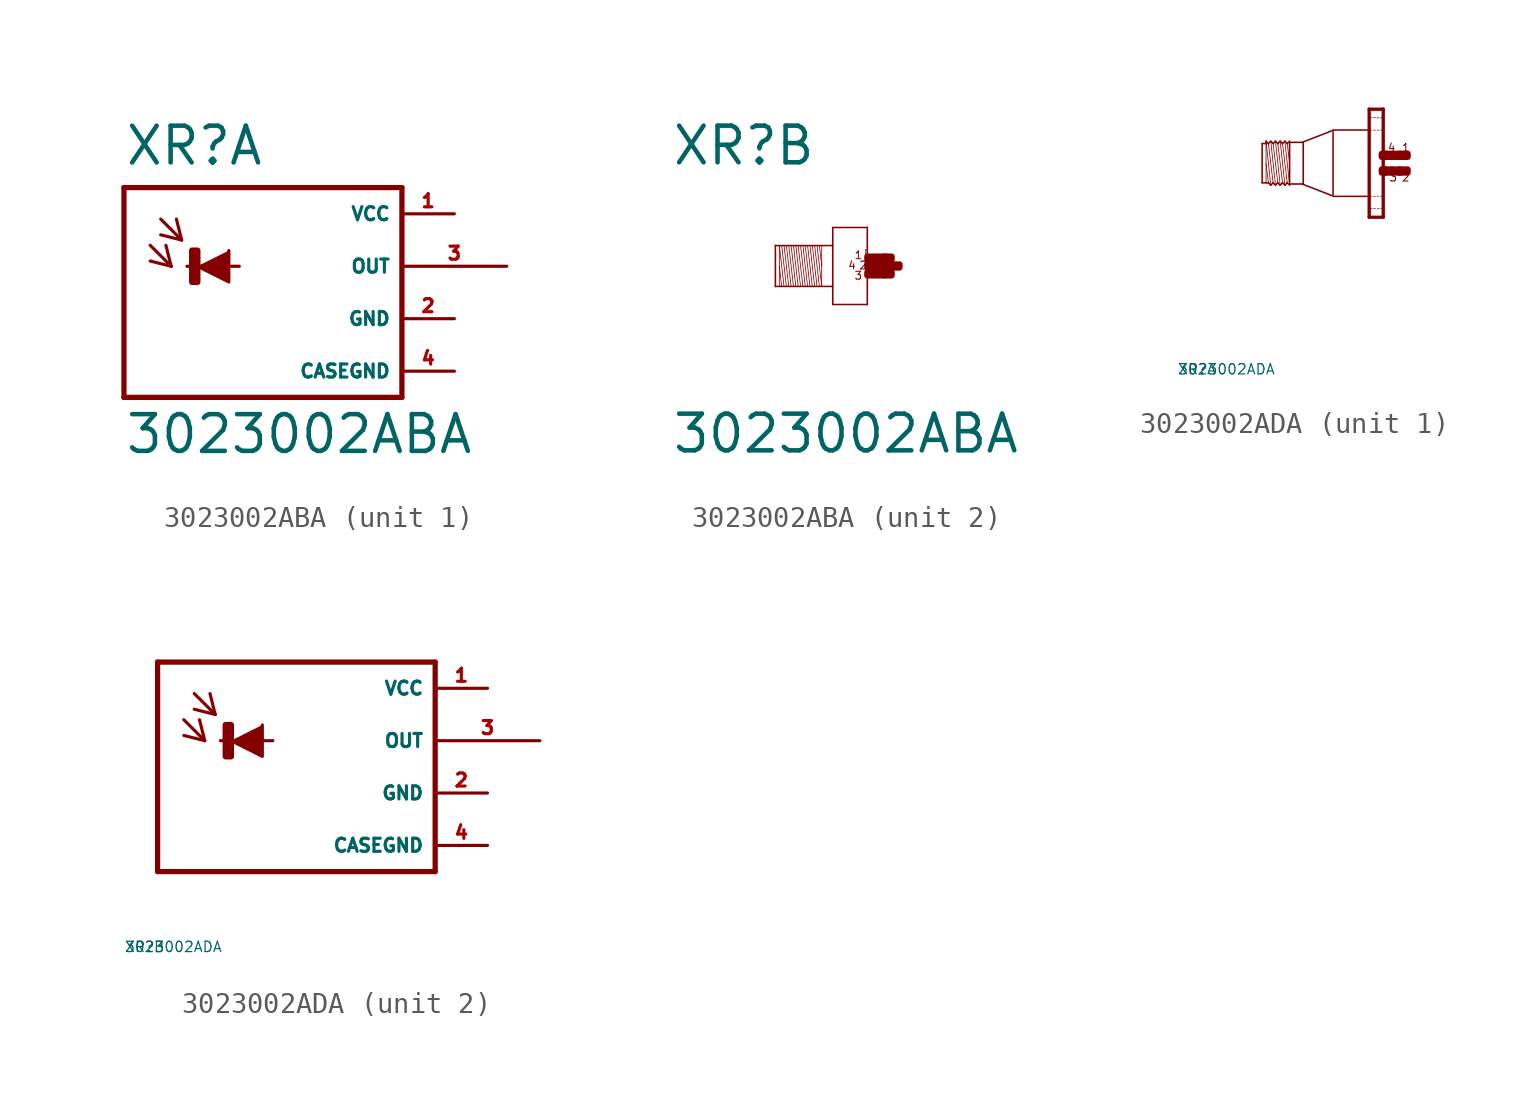
<source format=kicad_sym>
(kicad_symbol_lib
  (version 20220914)
  (generator Eagle2Kicad)
  (symbol "3023002ABA"
    (property "Reference" "XR"
      (at -8.382 4.801 0)
      (effects (font (size 1.778 1.778) (thickness 0.22)) (justify left bottom)))
    (property "Value" "3023002ABA"
      (at -8.382 -9.169 0)
      (effects (font (size 1.778 1.778) (thickness 0.22)) (justify left bottom)))
    (symbol "3023002ABA_1_0"
      (polyline (pts (xy -4.826 0) (xy -3.302 -0.762) (xy -3.302 0.762)) (stroke (width 0.152) (type default)) (fill (type outline)))
      (polyline (pts (xy -7.112 1.016) (xy -6.096 0)) (stroke (width 0.152) (type default)) (fill (type none)))
      (polyline (pts (xy -6.096 0) (xy -6.35 1.016)) (stroke (width 0.152) (type default)) (fill (type none)))
      (polyline (pts (xy -6.096 0) (xy -7.112 0.254)) (stroke (width 0.152) (type default)) (fill (type none)))
      (polyline (pts (xy -6.604 2.286) (xy -5.588 1.27)) (stroke (width 0.152) (type default)) (fill (type none)))
      (polyline (pts (xy -5.588 1.27) (xy -5.842 2.286)) (stroke (width 0.152) (type default)) (fill (type none)))
      (polyline (pts (xy -5.588 1.27) (xy -6.604 1.524)) (stroke (width 0.152) (type default)) (fill (type none)))
      (polyline (pts (xy 5.08 3.81) (xy 5.08 -6.35)) (stroke (width 0.254) (type default)) (fill (type none)))
      (polyline (pts (xy 5.08 -6.35) (xy -8.382 -6.35)) (stroke (width 0.254) (type default)) (fill (type none)))
      (polyline (pts (xy -8.382 -6.35) (xy -8.382 3.81)) (stroke (width 0.254) (type default)) (fill (type none)))
      (polyline (pts (xy -8.382 3.81) (xy 5.08 3.81)) (stroke (width 0.254) (type default)) (fill (type none)))
      (polyline (pts (xy -5.334 0) (xy -2.794 0)) (stroke (width 0.152) (type default)) (fill (type none)))
      (rectangle (start -5.08 -0.762) (end -4.826 0.762) (stroke (width 0.3) (type default)) (fill (type outline)))
      (pin unspecified line (at 7.62 2.54 180) (length 2.54) (name "VCC" (effects (font (size 0.635 0.635) (thickness 0.08)) (justify left bottom))) (number "1" (effects (font (size 0.635 0.635) (thickness 0.08)) (justify left bottom))))
      (pin unspecified line (at 7.62 -2.54 180) (length 2.54) (name "GND" (effects (font (size 0.635 0.635) (thickness 0.08)) (justify left bottom))) (number "2" (effects (font (size 0.635 0.635) (thickness 0.08)) (justify left bottom))))
      (pin output line (at 10.16 0 180) (length 5.08) (name "OUT" (effects (font (size 0.635 0.635) (thickness 0.08)) (justify left bottom))) (number "3" (effects (font (size 0.635 0.635) (thickness 0.08)) (justify left bottom))))
      (pin unspecified line (at 7.62 -5.08 180) (length 2.54) (name "CASEGND" (effects (font (size 0.635 0.635) (thickness 0.08)) (justify left bottom))) (number "4" (effects (font (size 0.635 0.635) (thickness 0.08)) (justify left bottom)))))
    (symbol "3023002ABA_2_0"
      (polyline (pts (xy -1.067 0.953) (xy -1.067 0)) (stroke (width 0.038) (type default)) (fill (type none)))
      (polyline (pts (xy -1.067 0) (xy -1.067 -0.991)) (stroke (width 0.038) (type default)) (fill (type none)))
      (polyline (pts (xy -1.067 -0.991) (xy -1.295 0.991)) (stroke (width 0.038) (type default)) (fill (type none)))
      (polyline (pts (xy -1.181 0.991) (xy -1.067 0)) (stroke (width 0.038) (type default)) (fill (type none)))
      (polyline (pts (xy -1.181 -0.991) (xy -1.41 0.991)) (stroke (width 0.038) (type default)) (fill (type none)))
      (polyline (pts (xy -1.295 -0.991) (xy -1.524 0.991)) (stroke (width 0.038) (type default)) (fill (type none)))
      (polyline (pts (xy -1.41 -0.991) (xy -1.638 0.991)) (stroke (width 0.038) (type default)) (fill (type none)))
      (polyline (pts (xy -1.524 -0.991) (xy -1.753 0.991)) (stroke (width 0.038) (type default)) (fill (type none)))
      (polyline (pts (xy -1.638 -0.991) (xy -1.867 0.991)) (stroke (width 0.038) (type default)) (fill (type none)))
      (polyline (pts (xy -1.753 -0.991) (xy -1.981 0.991)) (stroke (width 0.038) (type default)) (fill (type none)))
      (polyline (pts (xy -1.867 -0.991) (xy -2.095 0.991)) (stroke (width 0.038) (type default)) (fill (type none)))
      (polyline (pts (xy -1.981 -0.991) (xy -2.21 0.991)) (stroke (width 0.038) (type default)) (fill (type none)))
      (polyline (pts (xy -2.095 -0.991) (xy -2.324 0.991)) (stroke (width 0.038) (type default)) (fill (type none)))
      (polyline (pts (xy -2.21 -0.991) (xy -2.438 0.991)) (stroke (width 0.038) (type default)) (fill (type none)))
      (polyline (pts (xy -2.324 -0.991) (xy -2.553 0.991)) (stroke (width 0.038) (type default)) (fill (type none)))
      (polyline (pts (xy -2.438 -0.991) (xy -2.667 0.991)) (stroke (width 0.038) (type default)) (fill (type none)))
      (polyline (pts (xy -2.553 -0.991) (xy -2.781 0.991)) (stroke (width 0.038) (type default)) (fill (type none)))
      (polyline (pts (xy -2.667 -0.991) (xy -2.896 0.991)) (stroke (width 0.038) (type default)) (fill (type none)))
      (polyline (pts (xy -2.781 -0.991) (xy -3.01 0.991)) (stroke (width 0.038) (type default)) (fill (type none)))
      (polyline (pts (xy -2.896 -0.991) (xy -3.124 0.991)) (stroke (width 0.038) (type default)) (fill (type none)))
      (polyline (pts (xy -3.124 0) (xy -3.01 -0.991)) (stroke (width 0.038) (type default)) (fill (type none)))
      (polyline (pts (xy -3.124 0.953) (xy -3.124 -0.953)) (stroke (width 0.038) (type default)) (fill (type none)))
      (polyline (pts (xy -3.315 -0.991) (xy -3.315 0.991)) (stroke (width 0.076) (type default)) (fill (type none)))
      (polyline (pts (xy -3.315 0.991) (xy -0.533 0.991)) (stroke (width 0.076) (type default)) (fill (type none)))
      (polyline (pts (xy -0.533 -0.991) (xy -3.315 -0.991)) (stroke (width 0.076) (type default)) (fill (type none)))
      (polyline (pts (xy -0.533 1.867) (xy -0.533 -1.867)) (stroke (width 0.076) (type default)) (fill (type none)))
      (polyline (pts (xy -0.533 -1.867) (xy 1.143 -1.867)) (stroke (width 0.076) (type default)) (fill (type none)))
      (polyline (pts (xy 1.143 -1.867) (xy 1.143 1.867)) (stroke (width 0.076) (type default)) (fill (type none)))
      (polyline (pts (xy 1.143 1.867) (xy -0.533 1.867)) (stroke (width 0.076) (type default)) (fill (type none)))
      (polyline (pts (xy 1.067 0.8) (xy 1.105 0.8)) (stroke (width 0.038) (type default)) (fill (type none)))
      (polyline (pts (xy 1.105 0.495) (xy 1.067 0.495)) (stroke (width 0.038) (type default)) (fill (type none)))
      (polyline (pts (xy 1.067 0.495) (xy 1.067 0.8)) (stroke (width 0.038) (type default)) (fill (type none)))
      (text "1" (at 0.495 0.305 0) (effects (font (size 0.381 0.381) (thickness 0.05)) (justify left bottom)))
      (text "2" (at 0.724 -0.191 0) (effects (font (size 0.381 0.381) (thickness 0.05)) (justify left bottom)))
      (text "3" (at 0.495 -0.686 0) (effects (font (size 0.381 0.381) (thickness 0.05)) (justify left bottom)))
      (text "4" (at 0.191 -0.191 0) (effects (font (size 0.381 0.381) (thickness 0.05)) (justify left bottom)))
      (rectangle (start 1.143 -0.076) (end 1.638 0.076) (stroke (width 0.3) (type default)) (fill (type outline)))
      (rectangle (start 1.143 0.305) (end 2.019 0.457) (stroke (width 0.3) (type default)) (fill (type outline)))
      (rectangle (start 1.143 -0.457) (end 2.019 -0.305) (stroke (width 0.3) (type default)) (fill (type outline)))
      (rectangle (start 1.981 -0.457) (end 2.324 -0.305) (stroke (width 0.3) (type default)) (fill (type outline)))
      (rectangle (start 1.6 -0.076) (end 1.943 0.076) (stroke (width 0.3) (type default)) (fill (type outline)))
      (rectangle (start 1.981 0.305) (end 2.324 0.457) (stroke (width 0.3) (type default)) (fill (type outline)))
      (rectangle (start 1.905 -0.076) (end 2.705 0.076) (stroke (width 0.3) (type default)) (fill (type outline)))))
  (symbol "3023002ADA"
    (property "Reference" "XR"
      (at -10 -10 0)
      (effects (font (size 0.5 0.5) (thickness 0.06)) (justify left)))
    (property "Value" "3023002ADA"
      (at -10 -10 0)
      (effects (font (size 0.5 0.5) (thickness 0.06)) (justify left)))
    (symbol "3023002ADA_1_0"
      (polyline (pts (xy -4.548 -1.067) (xy -4.777 1.067)) (stroke (width 0.038) (type default)) (fill (type none)))
      (polyline (pts (xy -4.662 0.953) (xy -4.548 0)) (stroke (width 0.038) (type default)) (fill (type none)))
      (polyline (pts (xy -4.662 -0.953) (xy -4.891 0.953)) (stroke (width 0.038) (type default)) (fill (type none)))
      (polyline (pts (xy -4.777 -1.067) (xy -5.005 1.067)) (stroke (width 0.038) (type default)) (fill (type none)))
      (polyline (pts (xy -4.891 -0.953) (xy -5.12 0.953)) (stroke (width 0.038) (type default)) (fill (type none)))
      (polyline (pts (xy -5.005 -1.067) (xy -5.234 1.067)) (stroke (width 0.038) (type default)) (fill (type none)))
      (polyline (pts (xy -5.12 -0.953) (xy -5.348 0.953)) (stroke (width 0.038) (type default)) (fill (type none)))
      (polyline (pts (xy -5.234 -1.067) (xy -5.462 1.067)) (stroke (width 0.038) (type default)) (fill (type none)))
      (polyline (pts (xy -5.348 -0.953) (xy -5.577 0.953)) (stroke (width 0.038) (type default)) (fill (type none)))
      (polyline (pts (xy -5.462 -1.067) (xy -5.691 1.067)) (stroke (width 0.038) (type default)) (fill (type none)))
      (polyline (pts (xy -5.691 0) (xy -5.577 -0.953)) (stroke (width 0.038) (type default)) (fill (type none)))
      (polyline (pts (xy -5.691 1.029) (xy -5.691 0.953)) (stroke (width 0.038) (type default)) (fill (type none)))
      (polyline (pts (xy -5.691 0.953) (xy -5.691 -0.953)) (stroke (width 0.038) (type default)) (fill (type none)))
      (polyline (pts (xy -5.881 -0.953) (xy -5.881 0.953)) (stroke (width 0.076) (type default)) (fill (type none)))
      (polyline (pts (xy -5.881 0.953) (xy -5.691 0.953)) (stroke (width 0.076) (type default)) (fill (type none)))
      (polyline (pts (xy -5.691 0.953) (xy -5.691 1.067)) (stroke (width 0.076) (type default)) (fill (type none)))
      (polyline (pts (xy -5.691 1.067) (xy -5.577 0.953)) (stroke (width 0.076) (type default)) (fill (type none)))
      (polyline (pts (xy -5.577 0.953) (xy -5.462 1.067)) (stroke (width 0.076) (type default)) (fill (type none)))
      (polyline (pts (xy -5.462 1.067) (xy -5.348 0.953)) (stroke (width 0.076) (type default)) (fill (type none)))
      (polyline (pts (xy -5.348 0.953) (xy -5.234 1.067)) (stroke (width 0.076) (type default)) (fill (type none)))
      (polyline (pts (xy -5.234 1.067) (xy -5.12 0.953)) (stroke (width 0.076) (type default)) (fill (type none)))
      (polyline (pts (xy -5.12 0.953) (xy -5.005 1.067)) (stroke (width 0.076) (type default)) (fill (type none)))
      (polyline (pts (xy -4.777 1.067) (xy -4.662 0.953)) (stroke (width 0.076) (type default)) (fill (type none)))
      (polyline (pts (xy -4.662 0.953) (xy -4.548 1.067)) (stroke (width 0.076) (type default)) (fill (type none)))
      (polyline (pts (xy -4.548 -1.067) (xy -4.662 -0.953)) (stroke (width 0.076) (type default)) (fill (type none)))
      (polyline (pts (xy -4.662 -0.953) (xy -4.777 -1.067)) (stroke (width 0.076) (type default)) (fill (type none)))
      (polyline (pts (xy -4.777 -1.067) (xy -4.891 -0.953)) (stroke (width 0.076) (type default)) (fill (type none)))
      (polyline (pts (xy -4.891 -0.953) (xy -5.005 -1.067)) (stroke (width 0.076) (type default)) (fill (type none)))
      (polyline (pts (xy -5.005 -1.067) (xy -5.12 -0.953)) (stroke (width 0.076) (type default)) (fill (type none)))
      (polyline (pts (xy -5.12 -0.953) (xy -5.234 -1.067)) (stroke (width 0.076) (type default)) (fill (type none)))
      (polyline (pts (xy -5.234 -1.067) (xy -5.348 -0.953)) (stroke (width 0.076) (type default)) (fill (type none)))
      (polyline (pts (xy -5.348 -0.953) (xy -5.462 -1.067)) (stroke (width 0.076) (type default)) (fill (type none)))
      (polyline (pts (xy -5.462 -1.067) (xy -5.577 -0.953)) (stroke (width 0.076) (type default)) (fill (type none)))
      (polyline (pts (xy -5.577 -0.953) (xy -5.691 -0.953)) (stroke (width 0.076) (type default)) (fill (type none)))
      (polyline (pts (xy -5.691 -0.953) (xy -5.881 -0.953)) (stroke (width 0.076) (type default)) (fill (type none)))
      (polyline (pts (xy -4.548 1.029) (xy -4.548 1.01)) (stroke (width 0.076) (type default)) (fill (type none)))
      (polyline (pts (xy -4.548 1.01) (xy -4.548 -1.01)) (stroke (width 0.076) (type default)) (fill (type none)))
      (polyline (pts (xy -4.548 -1.01) (xy -4.548 -1.029)) (stroke (width 0.076) (type default)) (fill (type none)))
      (polyline (pts (xy -0.038 2.594) (xy -0.038 -2.594)) (stroke (width 0.076) (type default)) (fill (type none)))
      (polyline (pts (xy -0.038 -2.594) (xy -0.655 -2.594)) (stroke (width 0.076) (type default)) (fill (type none)))
      (polyline (pts (xy -0.655 -2.594) (xy -0.655 2.594)) (stroke (width 0.076) (type default)) (fill (type none)))
      (polyline (pts (xy -0.655 2.594) (xy -0.038 2.594)) (stroke (width 0.076) (type default)) (fill (type none)))
      (polyline (pts (xy -0.699 1.61) (xy -2.4 1.61)) (stroke (width 0.076) (type default)) (fill (type none)))
      (polyline (pts (xy -2.4 1.61) (xy -3.938 1.012)) (stroke (width 0.076) (type default)) (fill (type none)))
      (polyline (pts (xy -0.669 -1.61) (xy -2.4 -1.61)) (stroke (width 0.076) (type default)) (fill (type none)))
      (polyline (pts (xy -2.4 -1.61) (xy -3.938 -1.012)) (stroke (width 0.076) (type default)) (fill (type none)))
      (polyline (pts (xy -3.938 -1.01) (xy -4.548 -1.01)) (stroke (width 0.076) (type default)) (fill (type none)))
      (polyline (pts (xy -4.548 1.01) (xy -3.938 1.01)) (stroke (width 0.076) (type default)) (fill (type none)))
      (polyline (pts (xy -4.777 1.067) (xy -4.891 0.953)) (stroke (width 0.076) (type default)) (fill (type none)))
      (polyline (pts (xy -4.891 0.953) (xy -5.005 1.067)) (stroke (width 0.076) (type default)) (fill (type none)))
      (polyline (pts (xy 0 -2.625) (xy -0.69 -2.625)) (stroke (width 0) (type default)) (fill (type none)))
      (polyline (pts (xy 0 -2.625) (xy 0 2.625)) (stroke (width 0) (type default)) (fill (type none)))
      (polyline (pts (xy 0 2.625) (xy -0.69 2.625)) (stroke (width 0) (type default)) (fill (type none)))
      (polyline (pts (xy -0.69 2.625) (xy -0.69 -2.625)) (stroke (width 0) (type default)) (fill (type none)))
      (polyline (pts (xy -0.039 -1.605) (xy -0.135 -1.605)) (stroke (width 0.038) (type default)) (fill (type none)))
      (polyline (pts (xy -0.225 -1.605) (xy -0.3 -1.605)) (stroke (width 0.038) (type default)) (fill (type none)))
      (polyline (pts (xy -0.39 -1.605) (xy -0.465 -1.605)) (stroke (width 0.038) (type default)) (fill (type none)))
      (polyline (pts (xy -0.555 -1.605) (xy -0.633 -1.605)) (stroke (width 0.038) (type default)) (fill (type none)))
      (polyline (pts (xy -0.039 -2.205) (xy -0.12 -2.205)) (stroke (width 0.038) (type default)) (fill (type none)))
      (polyline (pts (xy -0.21 -2.205) (xy -0.285 -2.205)) (stroke (width 0.038) (type default)) (fill (type none)))
      (polyline (pts (xy -0.39 -2.205) (xy -0.465 -2.205)) (stroke (width 0.038) (type default)) (fill (type none)))
      (polyline (pts (xy -0.555 -2.205) (xy -0.633 -2.205)) (stroke (width 0.038) (type default)) (fill (type none)))
      (polyline (pts (xy -0.039 2.205) (xy -0.135 2.205)) (stroke (width 0.038) (type default)) (fill (type none)))
      (polyline (pts (xy -0.225 2.205) (xy -0.3 2.205)) (stroke (width 0.038) (type default)) (fill (type none)))
      (polyline (pts (xy -0.39 2.205) (xy -0.465 2.205)) (stroke (width 0.038) (type default)) (fill (type none)))
      (polyline (pts (xy -0.555 2.205) (xy -0.633 2.205)) (stroke (width 0.038) (type default)) (fill (type none)))
      (polyline (pts (xy -0.039 1.605) (xy -0.12 1.605)) (stroke (width 0.038) (type default)) (fill (type none)))
      (polyline (pts (xy -0.21 1.605) (xy -0.285 1.605)) (stroke (width 0.038) (type default)) (fill (type none)))
      (polyline (pts (xy -0.39 1.605) (xy -0.465 1.605)) (stroke (width 0.038) (type default)) (fill (type none)))
      (polyline (pts (xy -0.555 1.605) (xy -0.633 1.605)) (stroke (width 0.038) (type default)) (fill (type none)))
      (polyline (pts (xy -3.886 0.991) (xy -3.886 -0.991)) (stroke (width 0.076) (type default)) (fill (type none)))
      (polyline (pts (xy -2.438 1.524) (xy -2.438 -1.524)) (stroke (width 0.076) (type default)) (fill (type none)))
      (text "1" (at 0.876 0.533 0) (effects (font (size 0.381 0.381) (thickness 0.05)) (justify left bottom)))
      (text "3" (at 0.267 -0.914 0) (effects (font (size 0.381 0.381) (thickness 0.05)) (justify left bottom)))
      (text "2" (at 0.876 -0.914 0) (effects (font (size 0.381 0.381) (thickness 0.05)) (justify left bottom)))
      (text "4" (at 0.191 0.533 0) (effects (font (size 0.381 0.381) (thickness 0.05)) (justify left bottom)))
      (rectangle (start 0.838 -0.457) (end 1.181 -0.305) (stroke (width 0.3) (type default)) (fill (type outline)))
      (rectangle (start 0.419 -0.457) (end 0.762 -0.305) (stroke (width 0.3) (type default)) (fill (type outline)))
      (rectangle (start 0.076 -0.457) (end 0.419 -0.305) (stroke (width 0.3) (type default)) (fill (type outline)))
      (rectangle (start -0.076 -0.457) (end 0.152 -0.305) (stroke (width 0.3) (type default)) (fill (type outline)))
      (rectangle (start 0.762 -0.457) (end 0.838 -0.305) (stroke (width 0.3) (type default)) (fill (type outline)))
      (rectangle (start 0.838 0.305) (end 1.181 0.457) (stroke (width 0.3) (type default)) (fill (type outline)))
      (rectangle (start 0.762 0.305) (end 0.838 0.457) (stroke (width 0.3) (type default)) (fill (type outline)))
      (rectangle (start 0.419 0.305) (end 0.762 0.457) (stroke (width 0.3) (type default)) (fill (type outline)))
      (rectangle (start 0.076 0.305) (end 0.419 0.457) (stroke (width 0.3) (type default)) (fill (type outline)))
      (rectangle (start -0.076 0.305) (end 0.152 0.457) (stroke (width 0.3) (type default)) (fill (type outline))))
    (symbol "3023002ADA_2_0"
      (polyline (pts (xy -4.826 0) (xy -3.302 -0.762) (xy -3.302 0.762)) (stroke (width 0.152) (type default)) (fill (type outline)))
      (polyline (pts (xy -7.112 1.016) (xy -6.096 0)) (stroke (width 0.152) (type default)) (fill (type none)))
      (polyline (pts (xy -6.096 0) (xy -6.35 1.016)) (stroke (width 0.152) (type default)) (fill (type none)))
      (polyline (pts (xy -6.096 0) (xy -7.112 0.254)) (stroke (width 0.152) (type default)) (fill (type none)))
      (polyline (pts (xy -6.604 2.286) (xy -5.588 1.27)) (stroke (width 0.152) (type default)) (fill (type none)))
      (polyline (pts (xy -5.588 1.27) (xy -5.842 2.286)) (stroke (width 0.152) (type default)) (fill (type none)))
      (polyline (pts (xy -5.588 1.27) (xy -6.604 1.524)) (stroke (width 0.152) (type default)) (fill (type none)))
      (polyline (pts (xy 5.08 3.81) (xy 5.08 -6.35)) (stroke (width 0.254) (type default)) (fill (type none)))
      (polyline (pts (xy 5.08 -6.35) (xy -8.382 -6.35)) (stroke (width 0.254) (type default)) (fill (type none)))
      (polyline (pts (xy -8.382 -6.35) (xy -8.382 3.81)) (stroke (width 0.254) (type default)) (fill (type none)))
      (polyline (pts (xy -8.382 3.81) (xy 5.08 3.81)) (stroke (width 0.254) (type default)) (fill (type none)))
      (polyline (pts (xy -5.334 0) (xy -2.794 0)) (stroke (width 0.152) (type default)) (fill (type none)))
      (rectangle (start -5.08 -0.762) (end -4.826 0.762) (stroke (width 0.3) (type default)) (fill (type outline)))
      (pin unspecified line (at 7.62 2.54 180) (length 2.54) (name "VCC" (effects (font (size 0.635 0.635) (thickness 0.08)) (justify left bottom))) (number "1" (effects (font (size 0.635 0.635) (thickness 0.08)) (justify left bottom))))
      (pin unspecified line (at 7.62 -2.54 180) (length 2.54) (name "GND" (effects (font (size 0.635 0.635) (thickness 0.08)) (justify left bottom))) (number "2" (effects (font (size 0.635 0.635) (thickness 0.08)) (justify left bottom))))
      (pin output line (at 10.16 0 180) (length 5.08) (name "OUT" (effects (font (size 0.635 0.635) (thickness 0.08)) (justify left bottom))) (number "3" (effects (font (size 0.635 0.635) (thickness 0.08)) (justify left bottom))))
      (pin unspecified line (at 7.62 -5.08 180) (length 2.54) (name "CASEGND" (effects (font (size 0.635 0.635) (thickness 0.08)) (justify left bottom))) (number "4" (effects (font (size 0.635 0.635) (thickness 0.08)) (justify left bottom)))))))
</source>
